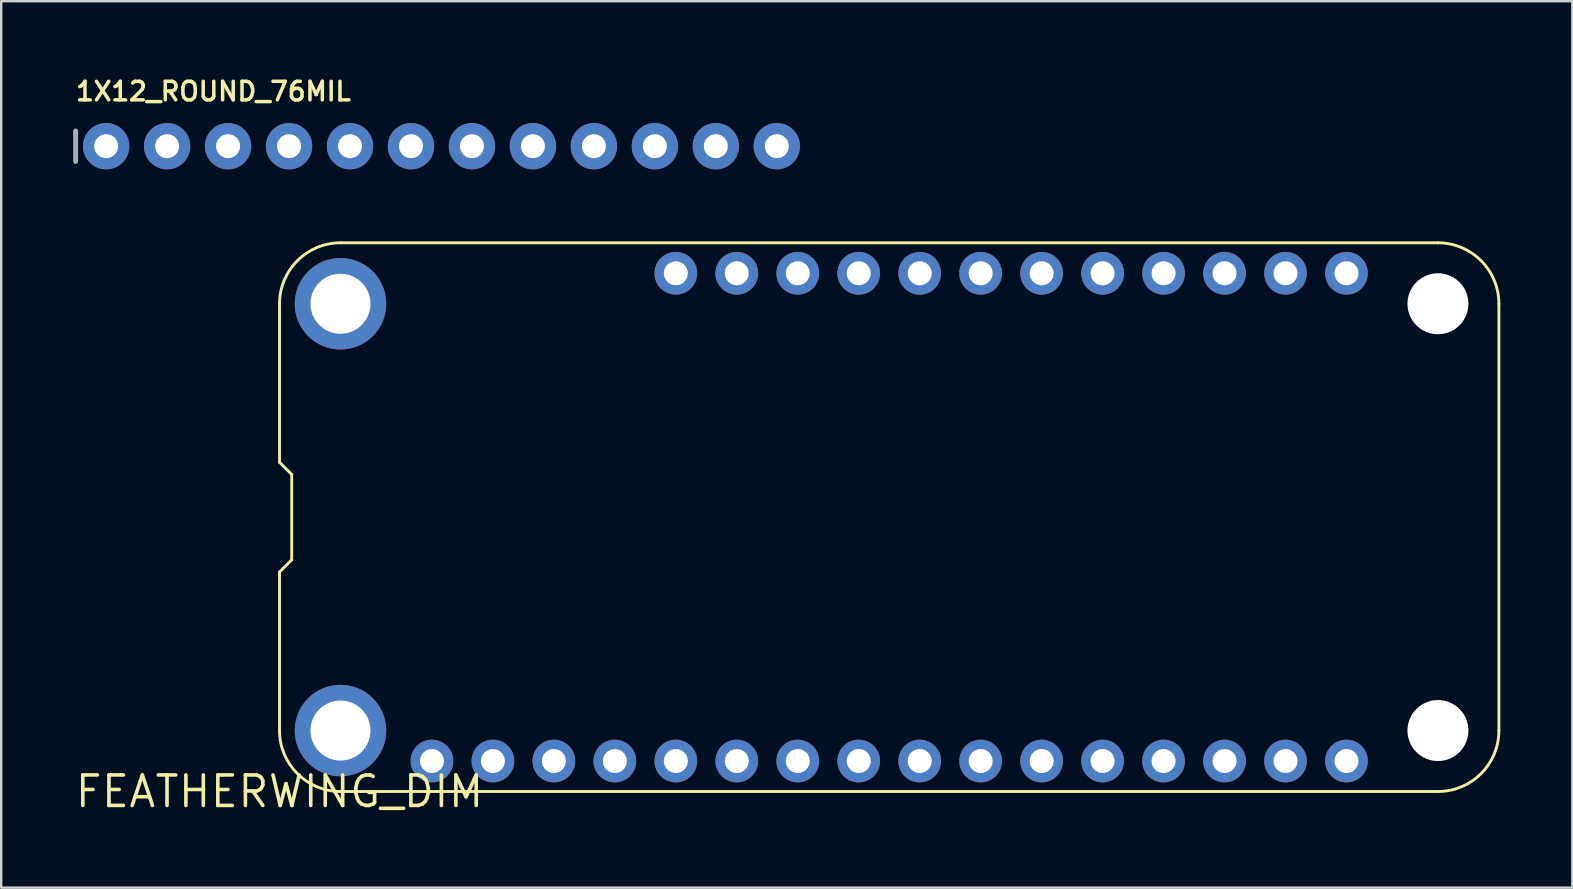
<source format=kicad_pcb>
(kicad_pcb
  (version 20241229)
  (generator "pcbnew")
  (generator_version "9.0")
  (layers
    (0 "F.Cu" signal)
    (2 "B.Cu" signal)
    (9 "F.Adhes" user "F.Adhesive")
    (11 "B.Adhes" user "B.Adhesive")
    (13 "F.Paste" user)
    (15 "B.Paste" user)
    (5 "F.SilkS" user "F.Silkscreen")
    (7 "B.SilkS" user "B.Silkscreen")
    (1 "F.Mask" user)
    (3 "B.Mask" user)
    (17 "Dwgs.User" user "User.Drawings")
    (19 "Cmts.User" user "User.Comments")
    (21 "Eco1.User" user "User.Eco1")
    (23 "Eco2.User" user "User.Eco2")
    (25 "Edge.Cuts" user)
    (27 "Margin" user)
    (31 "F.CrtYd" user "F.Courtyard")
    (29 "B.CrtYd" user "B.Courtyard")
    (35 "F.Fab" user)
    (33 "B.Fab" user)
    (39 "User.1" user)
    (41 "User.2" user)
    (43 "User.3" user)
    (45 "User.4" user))
  (footprint "FEATHERWING_DIM"
    (layer "F.Cu")
    (at 8.595 29.925)
    (property "Reference" "FEATHERWING_DIM" (at 0 0 0) (layer "F.SilkS") (effects (font (size 1.27 1.27) (thickness 0.15))))
    (attr through_hole)
    (fp_line (start 0 -20.32) (end 0 -13.716) (stroke (width 0.12) (type solid)) (layer "F.SilkS"))
    (fp_line (start 0 -13.716) (end 0.508 -13.208) (stroke (width 0.12) (type solid)) (layer "F.SilkS"))
    (fp_line (start 0 -9.144) (end 0 -2.54) (stroke (width 0.12) (type solid)) (layer "F.SilkS"))
    (fp_line (start 0.508 -13.208) (end 0.508 -9.652) (stroke (width 0.12) (type solid)) (layer "F.SilkS"))
    (fp_line (start 0.508 -9.652) (end 0 -9.144) (stroke (width 0.12) (type solid)) (layer "F.SilkS"))
    (fp_line (start 2.54 0) (end 48.26 0) (stroke (width 0.12) (type solid)) (layer "F.SilkS"))
    (fp_line (start 48.26 -22.86) (end 2.54 -22.86) (stroke (width 0.12) (type solid)) (layer "F.SilkS"))
    (fp_line (start 50.8 -2.54) (end 50.8 -20.32) (stroke (width 0.12) (type solid)) (layer "F.SilkS"))
    (fp_arc (start 0 -20.32) (mid 0.743949 -22.116051) (end 2.54 -22.86) (stroke (width 0.12) (type solid)) (layer "F.SilkS"))
    (fp_arc (start 2.54 0) (mid 0.743949 -0.743949) (end 0 -2.54) (stroke (width 0.12) (type solid)) (layer "F.SilkS"))
    (fp_arc (start 48.26 -22.86) (mid 50.056051 -22.116051) (end 50.8 -20.32) (stroke (width 0.12) (type solid)) (layer "F.SilkS"))
    (fp_arc (start 50.8 -2.54) (mid 50.056051 -0.743949) (end 48.26 0) (stroke (width 0.12) (type solid)) (layer "F.SilkS"))
    (pad "" np_thru_hole circle (at 48.26 -20.32) (size 2.54 2.54) (drill 2.54) (layers "*.Cu" "*.Mask"))
    (pad "" np_thru_hole circle (at 48.26 -2.54) (size 2.54 2.54) (drill 2.54) (layers "*.Cu" "*.Mask"))
    (pad "1" thru_hole circle (at 6.35 -1.27) (size 1.778 1.778) (drill 1) (layers "*.Cu" "*.Mask"))
    (pad "2" thru_hole circle (at 8.89 -1.27) (size 1.778 1.778) (drill 1) (layers "*.Cu" "*.Mask"))
    (pad "3" thru_hole circle (at 11.43 -1.27) (size 1.778 1.778) (drill 1) (layers "*.Cu" "*.Mask"))
    (pad "4" thru_hole circle (at 13.97 -1.27) (size 1.778 1.778) (drill 1) (layers "*.Cu" "*.Mask"))
    (pad "5" thru_hole circle (at 16.51 -1.27) (size 1.778 1.778) (drill 1) (layers "*.Cu" "*.Mask"))
    (pad "6" thru_hole circle (at 19.05 -1.27) (size 1.778 1.778) (drill 1) (layers "*.Cu" "*.Mask"))
    (pad "7" thru_hole circle (at 21.59 -1.27) (size 1.778 1.778) (drill 1) (layers "*.Cu" "*.Mask"))
    (pad "8" thru_hole circle (at 24.13 -1.27) (size 1.778 1.778) (drill 1) (layers "*.Cu" "*.Mask"))
    (pad "9" thru_hole circle (at 26.67 -1.27) (size 1.778 1.778) (drill 1) (layers "*.Cu" "*.Mask"))
    (pad "10" thru_hole circle (at 29.21 -1.27) (size 1.778 1.778) (drill 1) (layers "*.Cu" "*.Mask"))
    (pad "11" thru_hole circle (at 31.75 -1.27) (size 1.778 1.778) (drill 1) (layers "*.Cu" "*.Mask"))
    (pad "12" thru_hole circle (at 34.29 -1.27) (size 1.778 1.778) (drill 1) (layers "*.Cu" "*.Mask"))
    (pad "13" thru_hole circle (at 36.83 -1.27) (size 1.778 1.778) (drill 1) (layers "*.Cu" "*.Mask"))
    (pad "14" thru_hole circle (at 39.37 -1.27) (size 1.778 1.778) (drill 1) (layers "*.Cu" "*.Mask"))
    (pad "15" thru_hole circle (at 41.91 -1.27) (size 1.778 1.778) (drill 1) (layers "*.Cu" "*.Mask"))
    (pad "16" thru_hole circle (at 44.45 -1.27) (size 1.778 1.778) (drill 1) (layers "*.Cu" "*.Mask"))
    (pad "17" thru_hole circle (at 44.45 -21.59) (size 1.778 1.778) (drill 1) (layers "*.Cu" "*.Mask"))
    (pad "18" thru_hole circle (at 41.91 -21.59) (size 1.778 1.778) (drill 1) (layers "*.Cu" "*.Mask"))
    (pad "19" thru_hole circle (at 39.37 -21.59) (size 1.778 1.778) (drill 1) (layers "*.Cu" "*.Mask"))
    (pad "20" thru_hole circle (at 36.83 -21.59) (size 1.778 1.778) (drill 1) (layers "*.Cu" "*.Mask"))
    (pad "21" thru_hole circle (at 34.29 -21.59) (size 1.778 1.778) (drill 1) (layers "*.Cu" "*.Mask"))
    (pad "22" thru_hole circle (at 31.75 -21.59) (size 1.778 1.778) (drill 1) (layers "*.Cu" "*.Mask"))
    (pad "23" thru_hole circle (at 29.21 -21.59) (size 1.778 1.778) (drill 1) (layers "*.Cu" "*.Mask"))
    (pad "24" thru_hole circle (at 26.67 -21.59) (size 1.778 1.778) (drill 1) (layers "*.Cu" "*.Mask"))
    (pad "25" thru_hole circle (at 24.13 -21.59) (size 1.778 1.778) (drill 1) (layers "*.Cu" "*.Mask"))
    (pad "26" thru_hole circle (at 21.59 -21.59) (size 1.778 1.778) (drill 1) (layers "*.Cu" "*.Mask"))
    (pad "27" thru_hole circle (at 19.05 -21.59) (size 1.778 1.778) (drill 1) (layers "*.Cu" "*.Mask"))
    (pad "28" thru_hole circle (at 16.51 -21.59) (size 1.778 1.778) (drill 1) (layers "*.Cu" "*.Mask"))
    (pad "P$1" thru_hole circle (at 2.54 -20.32) (size 3.81 3.81) (drill 2.5) (layers "*.Cu" "*.Mask"))
    (pad "P$2" thru_hole circle (at 2.54 -2.54) (size 3.81 3.81) (drill 2.5) (layers "*.Cu" "*.Mask")))
  (footprint "1X12_ROUND_76MIL"
    (layer "F.Cu")
    (at 15.342 3.04)
    (property "Reference" "1X12_ROUND_76MIL" (at -15.316 -1.829 0) (layer "F.SilkS") (effects (font (size 0.772 0.772) (thickness 0.146)) (justify left bottom)))
    (attr through_hole)
    (fp_line (start -15.24 -0.635) (end -15.24 0.635) (stroke (width 0.203) (type solid)) (layer "F.Fab"))
    (fp_poly (pts (xy -14.224 0.254) (xy -13.716 0.254) (xy -13.716 -0.254) (xy -14.224 -0.254)) (stroke (width 0.1) (type solid)) (fill no) (layer "F.Fab"))
    (fp_poly (pts (xy -11.684 0.254) (xy -11.176 0.254) (xy -11.176 -0.254) (xy -11.684 -0.254)) (stroke (width 0.1) (type solid)) (fill no) (layer "F.Fab"))
    (fp_poly (pts (xy -9.144 0.254) (xy -8.636 0.254) (xy -8.636 -0.254) (xy -9.144 -0.254)) (stroke (width 0.1) (type solid)) (fill no) (layer "F.Fab"))
    (fp_poly (pts (xy -6.604 0.254) (xy -6.096 0.254) (xy -6.096 -0.254) (xy -6.604 -0.254)) (stroke (width 0.1) (type solid)) (fill no) (layer "F.Fab"))
    (fp_poly (pts (xy -4.064 0.254) (xy -3.556 0.254) (xy -3.556 -0.254) (xy -4.064 -0.254)) (stroke (width 0.1) (type solid)) (fill no) (layer "F.Fab"))
    (fp_poly (pts (xy -1.524 0.254) (xy -1.016 0.254) (xy -1.016 -0.254) (xy -1.524 -0.254)) (stroke (width 0.1) (type solid)) (fill no) (layer "F.Fab"))
    (fp_poly (pts (xy 1.016 0.254) (xy 1.524 0.254) (xy 1.524 -0.254) (xy 1.016 -0.254)) (stroke (width 0.1) (type solid)) (fill no) (layer "F.Fab"))
    (fp_poly (pts (xy 3.556 0.254) (xy 4.064 0.254) (xy 4.064 -0.254) (xy 3.556 -0.254)) (stroke (width 0.1) (type solid)) (fill no) (layer "F.Fab"))
    (fp_poly (pts (xy 6.096 0.254) (xy 6.604 0.254) (xy 6.604 -0.254) (xy 6.096 -0.254)) (stroke (width 0.1) (type solid)) (fill no) (layer "F.Fab"))
    (fp_poly (pts (xy 8.636 0.254) (xy 9.144 0.254) (xy 9.144 -0.254) (xy 8.636 -0.254)) (stroke (width 0.1) (type solid)) (fill no) (layer "F.Fab"))
    (fp_poly (pts (xy 11.176 0.254) (xy 11.684 0.254) (xy 11.684 -0.254) (xy 11.176 -0.254)) (stroke (width 0.1) (type solid)) (fill no) (layer "F.Fab"))
    (fp_poly (pts (xy 13.716 0.254) (xy 14.224 0.254) (xy 14.224 -0.254) (xy 13.716 -0.254)) (stroke (width 0.1) (type solid)) (fill no) (layer "F.Fab"))
    (pad "1" thru_hole circle (at -13.97 0 90) (size 1.93 1.93) (drill 1) (layers "*.Cu" "*.Mask"))
    (pad "2" thru_hole circle (at -11.43 0 90) (size 1.93 1.93) (drill 1) (layers "*.Cu" "*.Mask"))
    (pad "3" thru_hole circle (at -8.89 0 90) (size 1.93 1.93) (drill 1) (layers "*.Cu" "*.Mask"))
    (pad "4" thru_hole circle (at -6.35 0 90) (size 1.93 1.93) (drill 1) (layers "*.Cu" "*.Mask"))
    (pad "5" thru_hole circle (at -3.81 0 90) (size 1.93 1.93) (drill 1) (layers "*.Cu" "*.Mask"))
    (pad "6" thru_hole circle (at -1.27 0 90) (size 1.93 1.93) (drill 1) (layers "*.Cu" "*.Mask"))
    (pad "7" thru_hole circle (at 1.27 0 90) (size 1.93 1.93) (drill 1) (layers "*.Cu" "*.Mask"))
    (pad "8" thru_hole circle (at 3.81 0 90) (size 1.93 1.93) (drill 1) (layers "*.Cu" "*.Mask"))
    (pad "9" thru_hole circle (at 6.35 0 90) (size 1.93 1.93) (drill 1) (layers "*.Cu" "*.Mask"))
    (pad "10" thru_hole circle (at 8.89 0 90) (size 1.93 1.93) (drill 1) (layers "*.Cu" "*.Mask"))
    (pad "11" thru_hole circle (at 11.43 0 90) (size 1.93 1.93) (drill 1) (layers "*.Cu" "*.Mask"))
    (pad "12" thru_hole circle (at 13.97 0 90) (size 1.93 1.93) (drill 1) (layers "*.Cu" "*.Mask")))
  (gr_rect
    (start -3 -3)
    (end 62.455 33.931)
    (stroke (width 0.1) (type default))
    (fill no)
    (layer "Edge.Cuts")))
</source>
